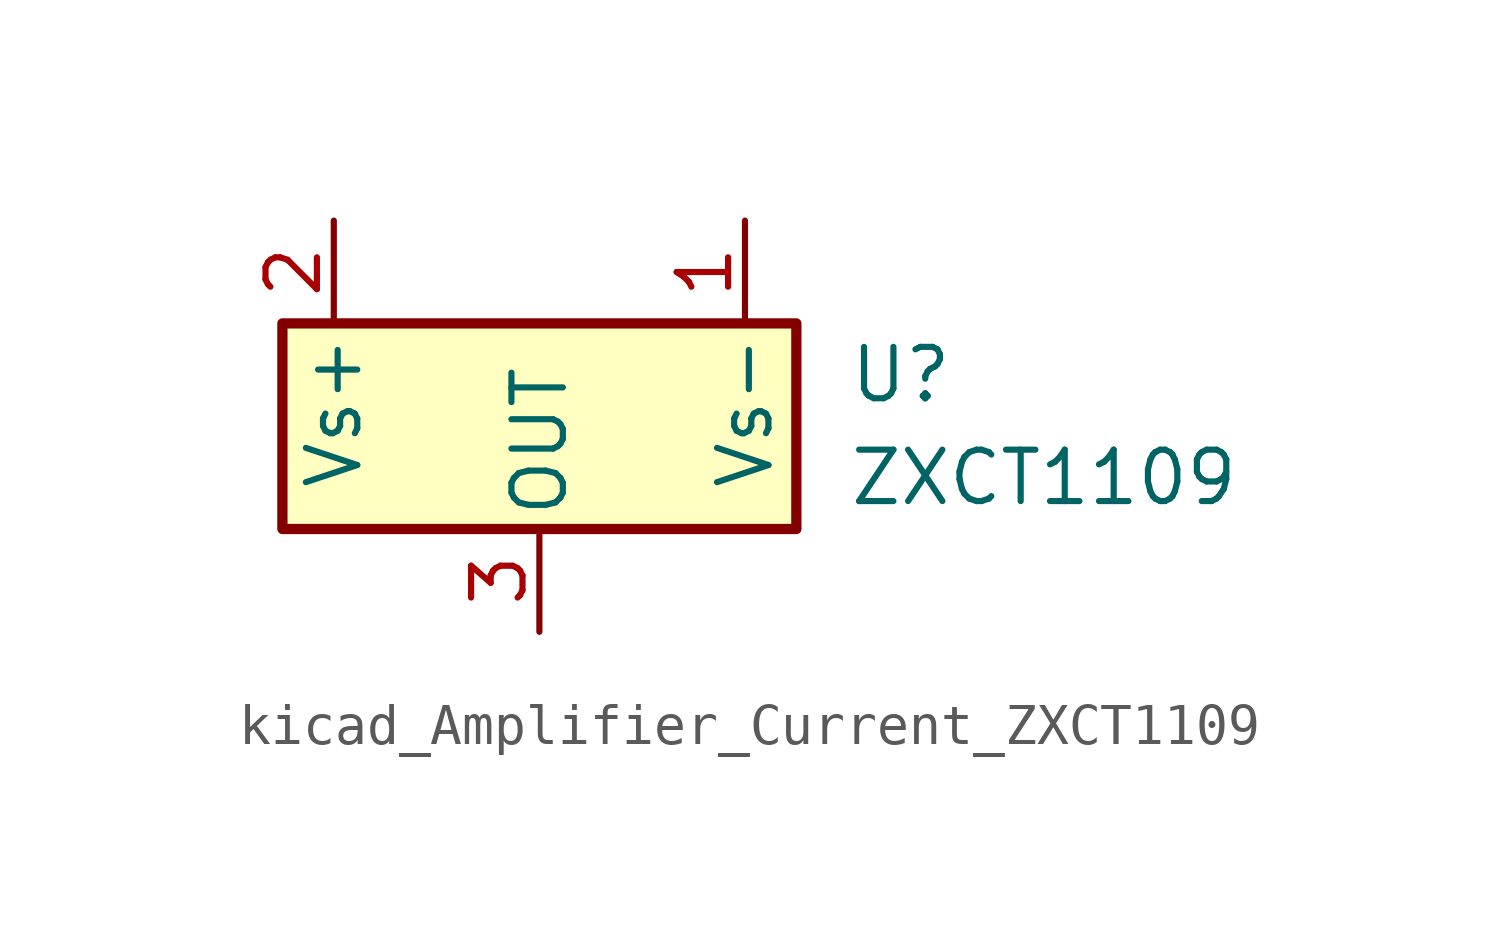
<source format=kicad_sym>
(kicad_symbol_lib
  (version 20220914)
  (generator kicad_symbol_editor)
  (symbol "kicad_Amplifier_Current_ZXCT1109"
    (pin_names
      (offset 0.254))
    (property "Reference" "U"
      (at 7.62 1.27 0)
      (effects (font (size 1.27 1.27)) (justify left)))
    (property "Value" "ZXCT1109"
      (at 7.62 -1.27 0)
      (effects (font (size 1.27 1.27)) (justify left)))
    (symbol "kicad_Amplifier_Current_ZXCT1109_0_1"
      (rectangle (start -6.35 2.54) (end 6.35 -2.54) (stroke (width 0.254) (type default)) (fill (type background))))
    (symbol "kicad_Amplifier_Current_ZXCT1109_1_1"
      (pin input line (at 5.08 5.08 270) (length 2.54) (name "Vs-" (effects (font (size 1.27 1.27)))) (number "1" (effects (font (size 1.27 1.27)))))
      (pin input line (at -5.08 5.08 270) (length 2.54) (name "Vs+" (effects (font (size 1.27 1.27)))) (number "2" (effects (font (size 1.27 1.27)))))
      (pin output line (at 0 -5.08 90) (length 2.54) (name "OUT" (effects (font (size 1.27 1.27)))) (number "3" (effects (font (size 1.27 1.27))))))))
</source>
